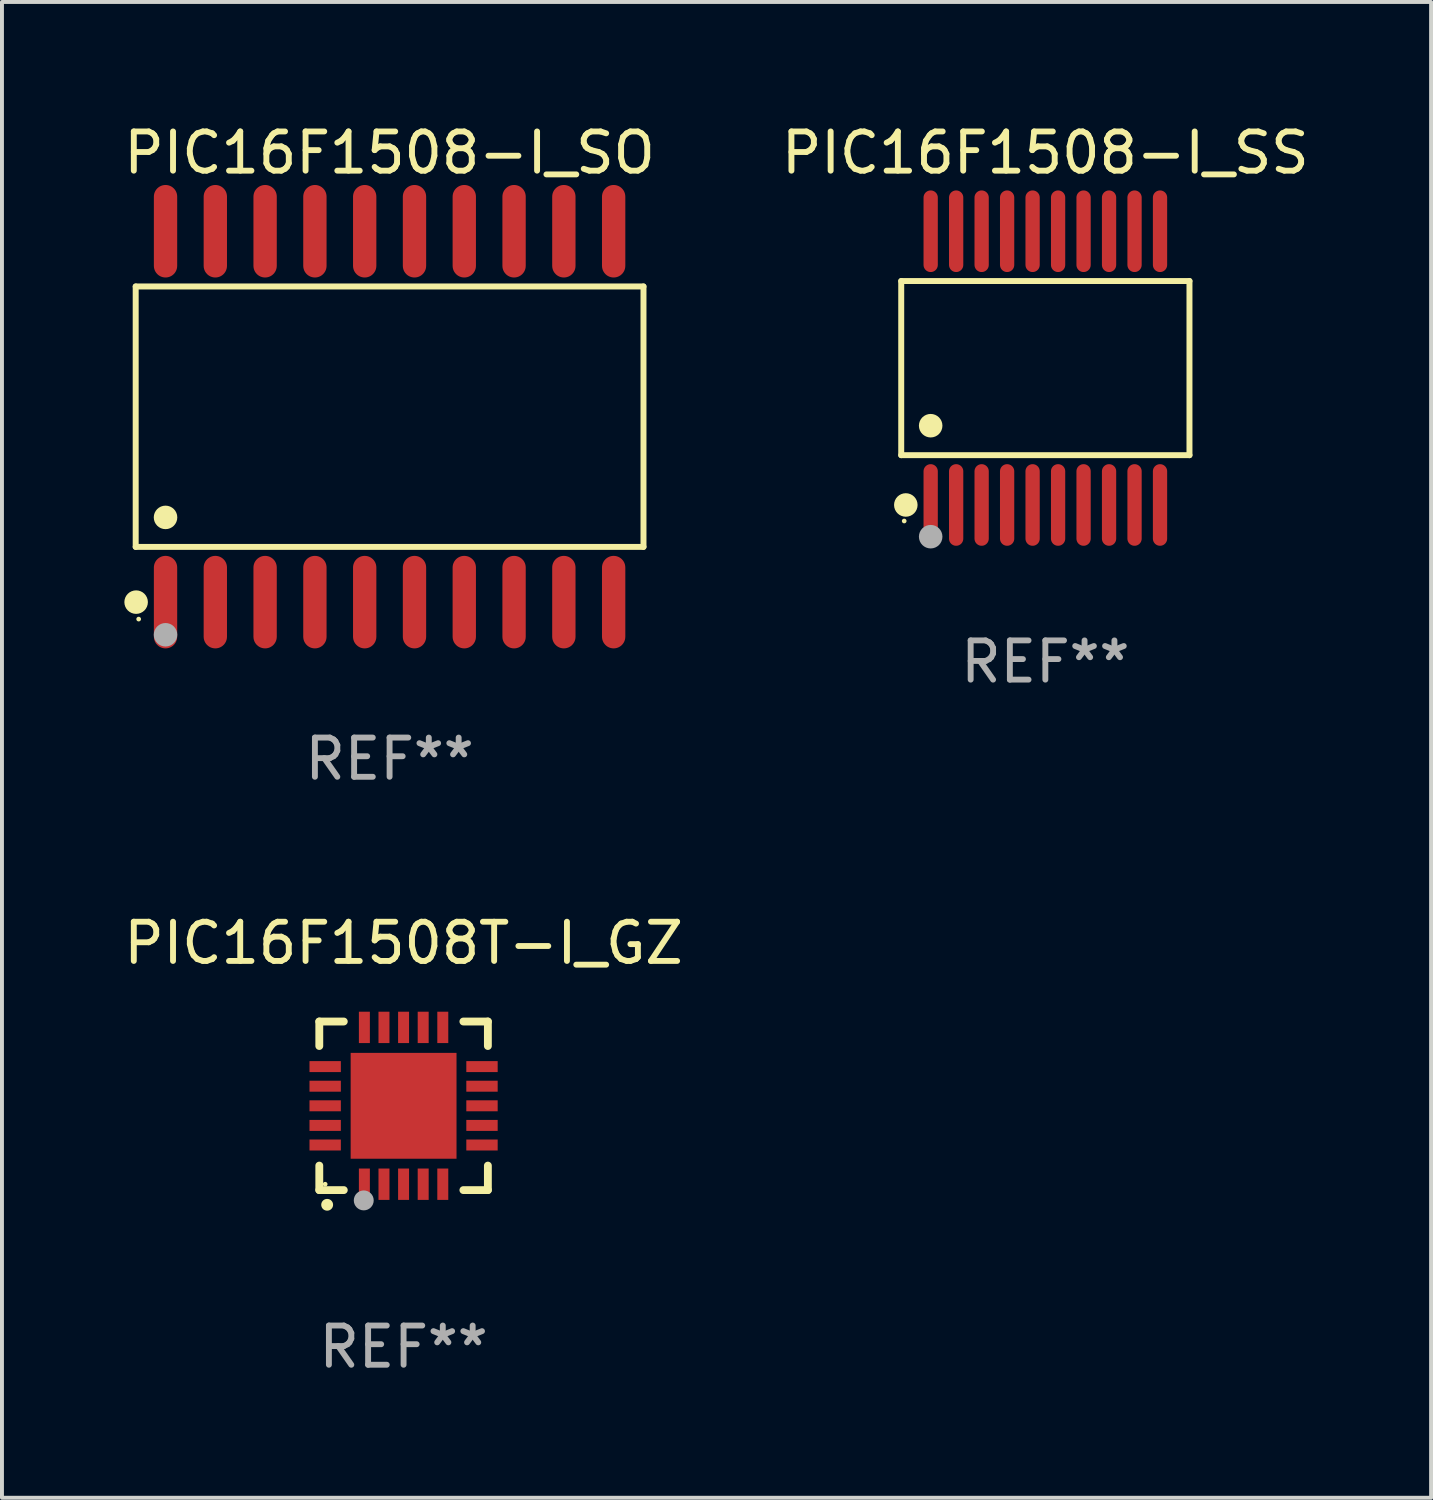
<source format=kicad_pcb>
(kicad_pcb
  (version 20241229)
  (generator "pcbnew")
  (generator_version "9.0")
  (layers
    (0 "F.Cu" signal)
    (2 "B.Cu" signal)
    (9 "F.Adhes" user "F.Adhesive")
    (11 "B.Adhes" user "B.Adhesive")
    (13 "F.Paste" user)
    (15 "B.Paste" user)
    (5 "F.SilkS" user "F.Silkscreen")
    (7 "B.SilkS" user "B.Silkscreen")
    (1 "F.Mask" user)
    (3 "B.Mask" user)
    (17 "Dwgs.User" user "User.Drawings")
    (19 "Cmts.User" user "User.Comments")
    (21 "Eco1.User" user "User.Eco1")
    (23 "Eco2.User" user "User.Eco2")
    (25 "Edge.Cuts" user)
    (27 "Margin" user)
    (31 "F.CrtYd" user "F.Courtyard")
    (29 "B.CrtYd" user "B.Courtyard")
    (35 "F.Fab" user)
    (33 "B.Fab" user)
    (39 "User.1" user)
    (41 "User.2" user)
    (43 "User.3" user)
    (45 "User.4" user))
  (footprint "PIC16F1508-I_SO"
    (layer "F.Cu")
    (at 6.887 7.578)
    (property "Reference" "PIC16F1508-I_SO" (at 0 -6.73 0) (layer "F.SilkS") (effects (font (size 1 1) (thickness 0.15))))
    (attr through_hole)
    (fp_line (start -6.476 -3.321) (end 6.476 -3.321) (stroke (width 0.152) (type solid)) (layer "F.SilkS"))
    (fp_line (start -6.476 3.321) (end -6.476 -3.321) (stroke (width 0.152) (type solid)) (layer "F.SilkS"))
    (fp_line (start 6.476 -3.321) (end 6.476 3.321) (stroke (width 0.152) (type solid)) (layer "F.SilkS"))
    (fp_line (start 6.476 3.321) (end -6.476 3.321) (stroke (width 0.152) (type solid)) (layer "F.SilkS"))
    (fp_circle (center -6.465 4.73) (end -6.315 4.73) (stroke (width 0.3) (type solid)) (fill no) (layer "F.SilkS"))
    (fp_circle (center -6.4 5.163) (end -6.37 5.163) (stroke (width 0.06) (type solid)) (fill no) (layer "F.SilkS"))
    (fp_circle (center -5.715 2.569) (end -5.565 2.569) (stroke (width 0.3) (type solid)) (fill no) (layer "F.SilkS"))
    (fp_circle (center -5.715 5.563) (end -5.565 5.563) (stroke (width 0.3) (type solid)) (fill no) (layer "F.Fab"))
    (fp_text user "REF**" (at 0 8.73 0) (layer "F.Fab") (effects (font (size 1 1) (thickness 0.15))))
    (pad "1" smd oval (at -5.715 4.73) (size 0.595 2.36) (layers "F.Cu" "F.Mask" "F.Paste"))
    (pad "2" smd oval (at -4.445 4.73) (size 0.595 2.36) (layers "F.Cu" "F.Mask" "F.Paste"))
    (pad "3" smd oval (at -3.175 4.73) (size 0.595 2.36) (layers "F.Cu" "F.Mask" "F.Paste"))
    (pad "4" smd oval (at -1.905 4.73) (size 0.595 2.36) (layers "F.Cu" "F.Mask" "F.Paste"))
    (pad "5" smd oval (at -0.635 4.73) (size 0.595 2.36) (layers "F.Cu" "F.Mask" "F.Paste"))
    (pad "6" smd oval (at 0.635 4.73) (size 0.595 2.36) (layers "F.Cu" "F.Mask" "F.Paste"))
    (pad "7" smd oval (at 1.905 4.73) (size 0.595 2.36) (layers "F.Cu" "F.Mask" "F.Paste"))
    (pad "8" smd oval (at 3.175 4.73) (size 0.595 2.36) (layers "F.Cu" "F.Mask" "F.Paste"))
    (pad "9" smd oval (at 4.445 4.73) (size 0.595 2.36) (layers "F.Cu" "F.Mask" "F.Paste"))
    (pad "10" smd oval (at 5.715 4.73) (size 0.595 2.36) (layers "F.Cu" "F.Mask" "F.Paste"))
    (pad "11" smd oval (at 5.715 -4.73) (size 0.595 2.36) (layers "F.Cu" "F.Mask" "F.Paste"))
    (pad "12" smd oval (at 4.445 -4.73) (size 0.595 2.36) (layers "F.Cu" "F.Mask" "F.Paste"))
    (pad "13" smd oval (at 3.175 -4.73) (size 0.595 2.36) (layers "F.Cu" "F.Mask" "F.Paste"))
    (pad "14" smd oval (at 1.905 -4.73) (size 0.595 2.36) (layers "F.Cu" "F.Mask" "F.Paste"))
    (pad "15" smd oval (at 0.635 -4.73) (size 0.595 2.36) (layers "F.Cu" "F.Mask" "F.Paste"))
    (pad "16" smd oval (at -0.635 -4.73) (size 0.595 2.36) (layers "F.Cu" "F.Mask" "F.Paste"))
    (pad "17" smd oval (at -1.905 -4.73) (size 0.595 2.36) (layers "F.Cu" "F.Mask" "F.Paste"))
    (pad "18" smd oval (at -3.175 -4.73) (size 0.595 2.36) (layers "F.Cu" "F.Mask" "F.Paste"))
    (pad "19" smd oval (at -4.445 -4.73) (size 0.595 2.36) (layers "F.Cu" "F.Mask" "F.Paste"))
    (pad "20" smd oval (at -5.715 -4.73) (size 0.595 2.36) (layers "F.Cu" "F.Mask" "F.Paste")))
  (footprint "PIC16F1508T-I_GZ"
    (layer "F.Cu")
    (at 7.244 25.155)
    (property "Reference" "PIC16F1508T-I_GZ" (at 0 -4.15 0) (layer "F.SilkS") (effects (font (size 1 1) (thickness 0.15))))
    (attr through_hole)
    (fp_line (start -2.15 -2.15) (end -2.15 -1.525) (stroke (width 0.2) (type solid)) (layer "F.SilkS"))
    (fp_line (start -2.15 2.15) (end -2.15 1.525) (stroke (width 0.2) (type solid)) (layer "F.SilkS"))
    (fp_line (start -1.525 -2.15) (end -2.15 -2.15) (stroke (width 0.2) (type solid)) (layer "F.SilkS"))
    (fp_line (start -1.525 2.15) (end -2.15 2.15) (stroke (width 0.2) (type solid)) (layer "F.SilkS"))
    (fp_line (start 1.525 2.15) (end 2.15 2.15) (stroke (width 0.2) (type solid)) (layer "F.SilkS"))
    (fp_line (start 2.15 -2.15) (end 1.525 -2.15) (stroke (width 0.2) (type solid)) (layer "F.SilkS"))
    (fp_line (start 2.15 -1.525) (end 2.15 -2.15) (stroke (width 0.2) (type solid)) (layer "F.SilkS"))
    (fp_line (start 2.15 2.15) (end 2.15 1.525) (stroke (width 0.2) (type solid)) (layer "F.SilkS"))
    (fp_arc (start -1.950724 2.524765) (mid -1.949454 2.52476) (end -1.948184 2.524765) (stroke (width 0.3) (type solid)) (layer "F.SilkS"))
    (fp_circle (center -2 2) (end -1.97 2) (stroke (width 0.06) (type solid)) (fill no) (layer "F.SilkS"))
    (fp_circle (center -1.016 2.413) (end -0.889 2.413) (stroke (width 0.254) (type solid)) (fill no) (layer "F.Fab"))
    (fp_text user "REF**" (at 0 6.15 0) (layer "F.Fab") (effects (font (size 1 1) (thickness 0.15))))
    (pad "1" smd rect (at -1 2 180) (size 0.28 0.8) (layers "F.Cu" "F.Mask" "F.Paste"))
    (pad "2" smd rect (at -0.5 2 180) (size 0.28 0.8) (layers "F.Cu" "F.Mask" "F.Paste"))
    (pad "3" smd rect (at 0 2 180) (size 0.28 0.8) (layers "F.Cu" "F.Mask" "F.Paste"))
    (pad "4" smd rect (at 0.5 2 180) (size 0.28 0.8) (layers "F.Cu" "F.Mask" "F.Paste"))
    (pad "5" smd rect (at 1 2 180) (size 0.28 0.8) (layers "F.Cu" "F.Mask" "F.Paste"))
    (pad "6" smd rect (at 2 1 90) (size 0.28 0.8) (layers "F.Cu" "F.Mask" "F.Paste"))
    (pad "7" smd rect (at 2 0.5 90) (size 0.28 0.8) (layers "F.Cu" "F.Mask" "F.Paste"))
    (pad "8" smd rect (at 2 0 90) (size 0.28 0.8) (layers "F.Cu" "F.Mask" "F.Paste"))
    (pad "9" smd rect (at 2 -0.5 90) (size 0.28 0.8) (layers "F.Cu" "F.Mask" "F.Paste"))
    (pad "10" smd rect (at 2 -1 90) (size 0.28 0.8) (layers "F.Cu" "F.Mask" "F.Paste"))
    (pad "11" smd rect (at 1 -2 180) (size 0.28 0.8) (layers "F.Cu" "F.Mask" "F.Paste"))
    (pad "12" smd rect (at 0.5 -2 180) (size 0.28 0.8) (layers "F.Cu" "F.Mask" "F.Paste"))
    (pad "13" smd rect (at 0 -2 180) (size 0.28 0.8) (layers "F.Cu" "F.Mask" "F.Paste"))
    (pad "14" smd rect (at -0.5 -2 180) (size 0.28 0.8) (layers "F.Cu" "F.Mask" "F.Paste"))
    (pad "15" smd rect (at -1 -2 180) (size 0.28 0.8) (layers "F.Cu" "F.Mask" "F.Paste"))
    (pad "16" smd rect (at -2 -1 90) (size 0.28 0.8) (layers "F.Cu" "F.Mask" "F.Paste"))
    (pad "17" smd rect (at -2 -0.5 90) (size 0.28 0.8) (layers "F.Cu" "F.Mask" "F.Paste"))
    (pad "18" smd rect (at -2 0 90) (size 0.28 0.8) (layers "F.Cu" "F.Mask" "F.Paste"))
    (pad "19" smd rect (at -2 0.5 90) (size 0.28 0.8) (layers "F.Cu" "F.Mask" "F.Paste"))
    (pad "20" smd rect (at -2 1 90) (size 0.28 0.8) (layers "F.Cu" "F.Mask" "F.Paste"))
    (pad "21" smd rect (at 0 0 90) (size 2.7 2.7) (layers "F.Cu" "F.Mask" "F.Paste")))
  (footprint "PIC16F1508-I_SS"
    (layer "F.Cu")
    (at 23.613 6.339)
    (property "Reference" "PIC16F1508-I_SS" (at 0 -5.491 0) (layer "F.SilkS") (effects (font (size 1 1) (thickness 0.15))))
    (attr through_hole)
    (fp_line (start -3.676 -2.221) (end 3.676 -2.221) (stroke (width 0.152) (type solid)) (layer "F.SilkS"))
    (fp_line (start -3.676 2.221) (end -3.676 -2.221) (stroke (width 0.152) (type solid)) (layer "F.SilkS"))
    (fp_line (start 3.676 -2.221) (end 3.676 2.221) (stroke (width 0.152) (type solid)) (layer "F.SilkS"))
    (fp_line (start 3.676 2.221) (end -3.676 2.221) (stroke (width 0.152) (type solid)) (layer "F.SilkS"))
    (fp_circle (center -3.6 3.9) (end -3.57 3.9) (stroke (width 0.06) (type solid)) (fill no) (layer "F.SilkS"))
    (fp_circle (center -3.559 3.491) (end -3.409 3.491) (stroke (width 0.3) (type solid)) (fill no) (layer "F.SilkS"))
    (fp_circle (center -2.925 1.469) (end -2.775 1.469) (stroke (width 0.3) (type solid)) (fill no) (layer "F.SilkS"))
    (fp_circle (center -2.925 4.3) (end -2.775 4.3) (stroke (width 0.3) (type solid)) (fill no) (layer "F.Fab"))
    (fp_text user "REF**" (at 0 7.491 0) (layer "F.Fab") (effects (font (size 1 1) (thickness 0.15))))
    (pad "1" smd oval (at -2.925 3.491) (size 0.364 2.082) (layers "F.Cu" "F.Mask" "F.Paste"))
    (pad "2" smd oval (at -2.275 3.491) (size 0.364 2.082) (layers "F.Cu" "F.Mask" "F.Paste"))
    (pad "3" smd oval (at -1.625 3.491) (size 0.364 2.082) (layers "F.Cu" "F.Mask" "F.Paste"))
    (pad "4" smd oval (at -0.975 3.491) (size 0.364 2.082) (layers "F.Cu" "F.Mask" "F.Paste"))
    (pad "5" smd oval (at -0.325 3.491) (size 0.364 2.082) (layers "F.Cu" "F.Mask" "F.Paste"))
    (pad "6" smd oval (at 0.325 3.491) (size 0.364 2.082) (layers "F.Cu" "F.Mask" "F.Paste"))
    (pad "7" smd oval (at 0.975 3.491) (size 0.364 2.082) (layers "F.Cu" "F.Mask" "F.Paste"))
    (pad "8" smd oval (at 1.625 3.491) (size 0.364 2.082) (layers "F.Cu" "F.Mask" "F.Paste"))
    (pad "9" smd oval (at 2.275 3.491) (size 0.364 2.082) (layers "F.Cu" "F.Mask" "F.Paste"))
    (pad "10" smd oval (at 2.925 3.491) (size 0.364 2.082) (layers "F.Cu" "F.Mask" "F.Paste"))
    (pad "11" smd oval (at 2.925 -3.491) (size 0.364 2.082) (layers "F.Cu" "F.Mask" "F.Paste"))
    (pad "12" smd oval (at 2.275 -3.491) (size 0.364 2.082) (layers "F.Cu" "F.Mask" "F.Paste"))
    (pad "13" smd oval (at 1.625 -3.491) (size 0.364 2.082) (layers "F.Cu" "F.Mask" "F.Paste"))
    (pad "14" smd oval (at 0.975 -3.491) (size 0.364 2.082) (layers "F.Cu" "F.Mask" "F.Paste"))
    (pad "15" smd oval (at 0.325 -3.491) (size 0.364 2.082) (layers "F.Cu" "F.Mask" "F.Paste"))
    (pad "16" smd oval (at -0.325 -3.491) (size 0.364 2.082) (layers "F.Cu" "F.Mask" "F.Paste"))
    (pad "17" smd oval (at -0.975 -3.491) (size 0.364 2.082) (layers "F.Cu" "F.Mask" "F.Paste"))
    (pad "18" smd oval (at -1.625 -3.491) (size 0.364 2.082) (layers "F.Cu" "F.Mask" "F.Paste"))
    (pad "19" smd oval (at -2.275 -3.491) (size 0.364 2.082) (layers "F.Cu" "F.Mask" "F.Paste"))
    (pad "20" smd oval (at -2.925 -3.491) (size 0.364 2.082) (layers "F.Cu" "F.Mask" "F.Paste")))
  (gr_rect
    (start -3 -3)
    (end 33.452 35.153)
    (stroke (width 0.1) (type default))
    (fill no)
    (layer "Edge.Cuts")))
</source>
